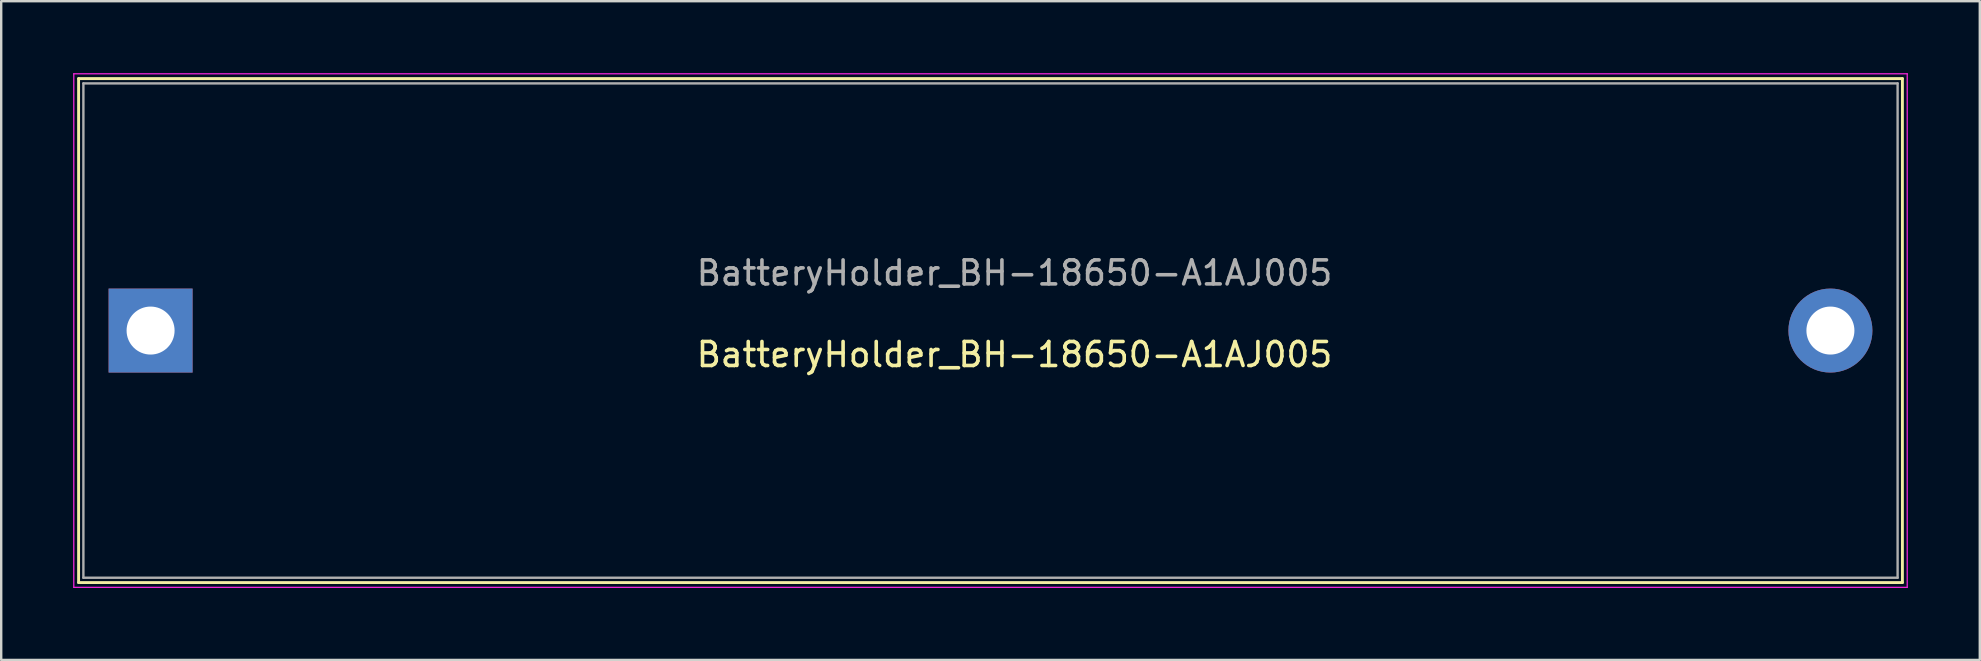
<source format=kicad_pcb>
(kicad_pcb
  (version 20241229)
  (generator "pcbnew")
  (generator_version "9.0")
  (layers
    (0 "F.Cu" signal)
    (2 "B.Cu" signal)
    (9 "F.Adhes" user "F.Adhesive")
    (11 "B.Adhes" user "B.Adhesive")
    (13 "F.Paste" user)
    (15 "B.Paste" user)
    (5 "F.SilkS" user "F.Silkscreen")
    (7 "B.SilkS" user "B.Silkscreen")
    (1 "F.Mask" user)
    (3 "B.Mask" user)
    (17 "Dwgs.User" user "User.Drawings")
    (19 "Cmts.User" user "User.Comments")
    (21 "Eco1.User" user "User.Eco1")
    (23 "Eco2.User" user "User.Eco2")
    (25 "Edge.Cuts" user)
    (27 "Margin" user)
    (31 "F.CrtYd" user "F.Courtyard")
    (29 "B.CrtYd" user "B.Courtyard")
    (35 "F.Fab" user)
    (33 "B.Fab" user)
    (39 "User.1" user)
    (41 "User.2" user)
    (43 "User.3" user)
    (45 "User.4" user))
  (footprint "BatteryHolder_BH-18650-A1AJ005"
    (layer "F.Cu")
    (at 3.225 10.725)
    (property "Reference" "BatteryHolder_BH-18650-A1AJ005" (at 36 1 0) (layer "F.SilkS") (effects (font (size 1 1) (thickness 0.15))))
    (attr through_hole)
    (fp_line (start -3 -10.5) (end 73 -10.5) (stroke (width 0.12) (type solid)) (layer "F.SilkS"))
    (fp_line (start -3 10.5) (end -3 -10.5) (stroke (width 0.12) (type solid)) (layer "F.SilkS"))
    (fp_line (start 73 -10.5) (end 73 10.5) (stroke (width 0.12) (type solid)) (layer "F.SilkS"))
    (fp_line (start 73 10.5) (end -3 10.5) (stroke (width 0.12) (type solid)) (layer "F.SilkS"))
    (fp_line (start -3.2 -10.7) (end 73.2 -10.7) (stroke (width 0.05) (type solid)) (layer "F.CrtYd"))
    (fp_line (start -3.2 10.7) (end -3.2 -10.7) (stroke (width 0.05) (type solid)) (layer "F.CrtYd"))
    (fp_line (start 73.2 -10.7) (end 73.2 10.7) (stroke (width 0.05) (type solid)) (layer "F.CrtYd"))
    (fp_line (start 73.2 10.7) (end -3.2 10.7) (stroke (width 0.05) (type solid)) (layer "F.CrtYd"))
    (fp_line (start -2.8 -10.3) (end 72.8 -10.3) (stroke (width 0.1) (type solid)) (layer "F.Fab"))
    (fp_line (start -2.8 10.3) (end -2.8 -10.3) (stroke (width 0.1) (type solid)) (layer "F.Fab"))
    (fp_line (start 72.8 -10.3) (end 72.8 10.3) (stroke (width 0.1) (type solid)) (layer "F.Fab"))
    (fp_line (start 72.8 10.3) (end -2.8 10.3) (stroke (width 0.1) (type solid)) (layer "F.Fab"))
    (fp_text user "${REFERENCE}" (at 36 -2.4 0) (layer "F.Fab") (effects (font (size 1 1) (thickness 0.15))))
    (pad "1" thru_hole rect (at 0 0) (size 3.5 3.5) (drill 2) (layers "*.Cu" "*.Mask"))
    (pad "2" thru_hole circle (at 70 0) (size 3.5 3.5) (drill 2) (layers "*.Cu" "*.Mask")))
  (gr_rect
    (start -3 -3)
    (end 79.45 24.45)
    (stroke (width 0.1) (type default))
    (fill no)
    (layer "Edge.Cuts")))
</source>
